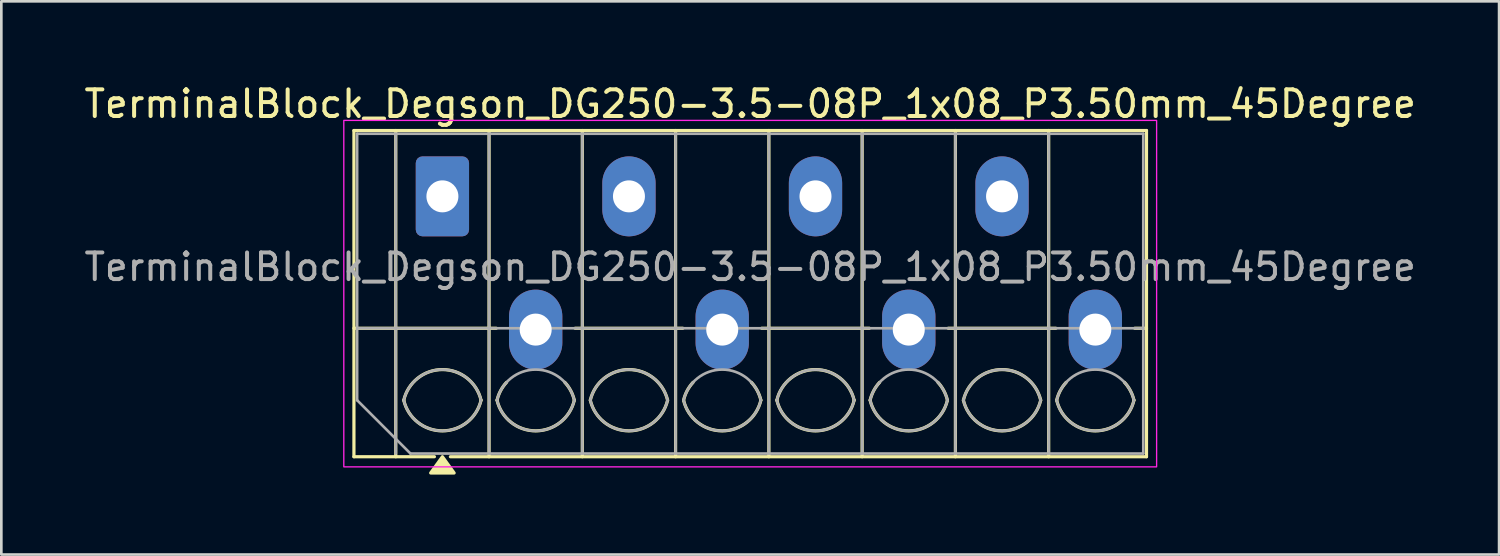
<source format=kicad_pcb>
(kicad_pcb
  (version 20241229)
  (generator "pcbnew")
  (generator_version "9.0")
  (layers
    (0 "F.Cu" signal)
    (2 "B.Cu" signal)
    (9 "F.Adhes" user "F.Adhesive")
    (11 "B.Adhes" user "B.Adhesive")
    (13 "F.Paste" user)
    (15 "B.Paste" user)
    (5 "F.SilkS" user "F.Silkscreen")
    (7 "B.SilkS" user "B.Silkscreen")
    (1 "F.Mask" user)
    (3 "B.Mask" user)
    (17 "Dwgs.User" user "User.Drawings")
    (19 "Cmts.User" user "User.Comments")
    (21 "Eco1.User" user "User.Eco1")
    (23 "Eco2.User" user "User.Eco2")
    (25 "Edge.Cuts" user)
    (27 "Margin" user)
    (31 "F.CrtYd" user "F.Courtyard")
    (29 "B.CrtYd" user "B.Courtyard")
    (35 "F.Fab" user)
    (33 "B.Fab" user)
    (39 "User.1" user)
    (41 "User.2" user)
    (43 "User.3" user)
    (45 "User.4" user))
  (footprint "TerminalBlock_Degson_DG250-3.5-08P_1x08_P3.50mm_45Degree"
    (layer "F.Cu")
    (at 13.551 4.318)
    (property "Reference" "TerminalBlock_Degson_DG250-3.5-08P_1x08_P3.50mm_45Degree" (at 11.55 -3.47 0) (layer "F.SilkS") (effects (font (size 1 1) (thickness 0.15))))
    (attr through_hole)
    (fp_line (start -3.32 -2.47) (end 26.42 -2.47) (stroke (width 0.12) (type solid)) (layer "F.SilkS"))
    (fp_line (start -3.32 4.95) (end 2.02 4.95) (stroke (width 0.12) (type solid)) (layer "F.SilkS"))
    (fp_line (start -3.32 9.77) (end -3.32 -2.47) (stroke (width 0.12) (type solid)) (layer "F.SilkS"))
    (fp_line (start -1.75 -2.47) (end -1.75 9.77) (stroke (width 0.12) (type solid)) (layer "F.SilkS"))
    (fp_line (start -0.3 9.77) (end -3.32 9.77) (stroke (width 0.12) (type solid)) (layer "F.SilkS"))
    (fp_line (start 1.75 -2.47) (end 1.75 9.77) (stroke (width 0.12) (type solid)) (layer "F.SilkS"))
    (fp_line (start 4.98 4.95) (end 9.02 4.95) (stroke (width 0.12) (type solid)) (layer "F.SilkS"))
    (fp_line (start 5.25 -2.47) (end 5.25 9.77) (stroke (width 0.12) (type solid)) (layer "F.SilkS"))
    (fp_line (start 8.75 -2.47) (end 8.75 9.77) (stroke (width 0.12) (type solid)) (layer "F.SilkS"))
    (fp_line (start 11.98 4.95) (end 16.02 4.95) (stroke (width 0.12) (type solid)) (layer "F.SilkS"))
    (fp_line (start 12.25 -2.47) (end 12.25 9.77) (stroke (width 0.12) (type solid)) (layer "F.SilkS"))
    (fp_line (start 15.75 -2.47) (end 15.75 9.77) (stroke (width 0.12) (type solid)) (layer "F.SilkS"))
    (fp_line (start 18.98 4.95) (end 23.02 4.95) (stroke (width 0.12) (type solid)) (layer "F.SilkS"))
    (fp_line (start 19.25 -2.47) (end 19.25 9.77) (stroke (width 0.12) (type solid)) (layer "F.SilkS"))
    (fp_line (start 22.75 -2.47) (end 22.75 9.77) (stroke (width 0.12) (type solid)) (layer "F.SilkS"))
    (fp_line (start 25.98 4.95) (end 26.42 4.95) (stroke (width 0.12) (type solid)) (layer "F.SilkS"))
    (fp_line (start 26.42 -2.47) (end 26.42 9.77) (stroke (width 0.12) (type solid)) (layer "F.SilkS"))
    (fp_line (start 26.42 9.77) (end 0.3 9.77) (stroke (width 0.12) (type solid)) (layer "F.SilkS"))
    (fp_arc (start -1.45 7.65) (mid 0 6.5) (end 1.45 7.65) (stroke (width 0.12) (type solid)) (layer "F.SilkS"))
    (fp_arc (start 1.45 7.65) (mid 0 8.8) (end -1.45 7.65) (stroke (width 0.12) (type solid)) (layer "F.SilkS"))
    (fp_arc (start 2.05 7.65) (mid 2.18402 7.291962) (end 2.405 6.98) (stroke (width 0.12) (type solid)) (layer "F.SilkS"))
    (fp_arc (start 4.595 6.98) (mid 4.81598 7.291962) (end 4.95 7.65) (stroke (width 0.12) (type solid)) (layer "F.SilkS"))
    (fp_arc (start 4.95 7.65) (mid 3.5 8.8) (end 2.05 7.65) (stroke (width 0.12) (type solid)) (layer "F.SilkS"))
    (fp_arc (start 5.55 7.65) (mid 7 6.5) (end 8.45 7.65) (stroke (width 0.12) (type solid)) (layer "F.SilkS"))
    (fp_arc (start 8.45 7.65) (mid 7 8.8) (end 5.55 7.65) (stroke (width 0.12) (type solid)) (layer "F.SilkS"))
    (fp_arc (start 9.05 7.65) (mid 9.18402 7.291962) (end 9.405 6.98) (stroke (width 0.12) (type solid)) (layer "F.SilkS"))
    (fp_arc (start 11.595 6.98) (mid 11.81598 7.291962) (end 11.95 7.65) (stroke (width 0.12) (type solid)) (layer "F.SilkS"))
    (fp_arc (start 11.95 7.65) (mid 10.5 8.8) (end 9.05 7.65) (stroke (width 0.12) (type solid)) (layer "F.SilkS"))
    (fp_arc (start 12.55 7.65) (mid 14 6.5) (end 15.45 7.65) (stroke (width 0.12) (type solid)) (layer "F.SilkS"))
    (fp_arc (start 15.45 7.65) (mid 14 8.8) (end 12.55 7.65) (stroke (width 0.12) (type solid)) (layer "F.SilkS"))
    (fp_arc (start 16.05 7.65) (mid 16.18402 7.291962) (end 16.405 6.98) (stroke (width 0.12) (type solid)) (layer "F.SilkS"))
    (fp_arc (start 18.595 6.98) (mid 18.81598 7.291962) (end 18.95 7.65) (stroke (width 0.12) (type solid)) (layer "F.SilkS"))
    (fp_arc (start 18.95 7.65) (mid 17.5 8.8) (end 16.05 7.65) (stroke (width 0.12) (type solid)) (layer "F.SilkS"))
    (fp_arc (start 19.55 7.65) (mid 21 6.5) (end 22.45 7.65) (stroke (width 0.12) (type solid)) (layer "F.SilkS"))
    (fp_arc (start 22.45 7.65) (mid 21 8.8) (end 19.55 7.65) (stroke (width 0.12) (type solid)) (layer "F.SilkS"))
    (fp_arc (start 23.05 7.65) (mid 23.18402 7.291962) (end 23.405 6.98) (stroke (width 0.12) (type solid)) (layer "F.SilkS"))
    (fp_arc (start 25.595 6.98) (mid 25.81598 7.291962) (end 25.95 7.65) (stroke (width 0.12) (type solid)) (layer "F.SilkS"))
    (fp_arc (start 25.95 7.65) (mid 24.5 8.8) (end 23.05 7.65) (stroke (width 0.12) (type solid)) (layer "F.SilkS"))
    (fp_poly (pts (xy 0 9.77) (xy 0.44 10.38) (xy -0.44 10.38)) (stroke (width 0.12) (type solid)) (fill yes) (layer "F.SilkS"))
    (fp_rect (start -3.7 -2.85) (end 26.8 10.15) (stroke (width 0.05) (type solid)) (fill no) (layer "F.CrtYd"))
    (fp_line (start -3.2 -2.35) (end 26.3 -2.35) (stroke (width 0.1) (type solid)) (layer "F.Fab"))
    (fp_line (start -3.2 4.95) (end 26.3 4.95) (stroke (width 0.1) (type solid)) (layer "F.Fab"))
    (fp_line (start -3.2 7.65) (end -3.2 -2.35) (stroke (width 0.1) (type solid)) (layer "F.Fab"))
    (fp_line (start -1.75 -2.35) (end -1.75 9.65) (stroke (width 0.1) (type solid)) (layer "F.Fab"))
    (fp_line (start -1.2 9.65) (end -3.2 7.65) (stroke (width 0.1) (type solid)) (layer "F.Fab"))
    (fp_line (start 1.75 -2.35) (end 1.75 9.65) (stroke (width 0.1) (type solid)) (layer "F.Fab"))
    (fp_line (start 5.25 -2.35) (end 5.25 9.65) (stroke (width 0.1) (type solid)) (layer "F.Fab"))
    (fp_line (start 8.75 -2.35) (end 8.75 9.65) (stroke (width 0.1) (type solid)) (layer "F.Fab"))
    (fp_line (start 12.25 -2.35) (end 12.25 9.65) (stroke (width 0.1) (type solid)) (layer "F.Fab"))
    (fp_line (start 15.75 -2.35) (end 15.75 9.65) (stroke (width 0.1) (type solid)) (layer "F.Fab"))
    (fp_line (start 19.25 -2.35) (end 19.25 9.65) (stroke (width 0.1) (type solid)) (layer "F.Fab"))
    (fp_line (start 22.75 -2.35) (end 22.75 9.65) (stroke (width 0.1) (type solid)) (layer "F.Fab"))
    (fp_line (start 26.3 -2.35) (end 26.3 9.65) (stroke (width 0.1) (type solid)) (layer "F.Fab"))
    (fp_line (start 26.3 9.65) (end -1.2 9.65) (stroke (width 0.1) (type solid)) (layer "F.Fab"))
    (fp_arc (start -1.45 7.65) (mid 0 6.5) (end 1.45 7.65) (stroke (width 0.1) (type solid)) (layer "F.Fab"))
    (fp_arc (start 1.45 7.65) (mid 0 8.8) (end -1.45 7.65) (stroke (width 0.1) (type solid)) (layer "F.Fab"))
    (fp_arc (start 2.05 7.65) (mid 3.5 6.5) (end 4.95 7.65) (stroke (width 0.1) (type solid)) (layer "F.Fab"))
    (fp_arc (start 4.95 7.65) (mid 3.5 8.8) (end 2.05 7.65) (stroke (width 0.1) (type solid)) (layer "F.Fab"))
    (fp_arc (start 5.55 7.65) (mid 7 6.5) (end 8.45 7.65) (stroke (width 0.1) (type solid)) (layer "F.Fab"))
    (fp_arc (start 8.45 7.65) (mid 7 8.8) (end 5.55 7.65) (stroke (width 0.1) (type solid)) (layer "F.Fab"))
    (fp_arc (start 9.05 7.65) (mid 10.5 6.5) (end 11.95 7.65) (stroke (width 0.1) (type solid)) (layer "F.Fab"))
    (fp_arc (start 11.95 7.65) (mid 10.5 8.8) (end 9.05 7.65) (stroke (width 0.1) (type solid)) (layer "F.Fab"))
    (fp_arc (start 12.55 7.65) (mid 14 6.5) (end 15.45 7.65) (stroke (width 0.1) (type solid)) (layer "F.Fab"))
    (fp_arc (start 15.45 7.65) (mid 14 8.8) (end 12.55 7.65) (stroke (width 0.1) (type solid)) (layer "F.Fab"))
    (fp_arc (start 16.05 7.65) (mid 17.5 6.5) (end 18.95 7.65) (stroke (width 0.1) (type solid)) (layer "F.Fab"))
    (fp_arc (start 18.95 7.65) (mid 17.5 8.8) (end 16.05 7.65) (stroke (width 0.1) (type solid)) (layer "F.Fab"))
    (fp_arc (start 19.55 7.65) (mid 21 6.5) (end 22.45 7.65) (stroke (width 0.1) (type solid)) (layer "F.Fab"))
    (fp_arc (start 22.45 7.65) (mid 21 8.8) (end 19.55 7.65) (stroke (width 0.1) (type solid)) (layer "F.Fab"))
    (fp_arc (start 23.05 7.65) (mid 24.5 6.5) (end 25.95 7.65) (stroke (width 0.1) (type solid)) (layer "F.Fab"))
    (fp_arc (start 25.95 7.65) (mid 24.5 8.8) (end 23.05 7.65) (stroke (width 0.1) (type solid)) (layer "F.Fab"))
    (fp_text user "${REFERENCE}" (at 11.55 2.65 0) (layer "F.Fab") (effects (font (size 1 1) (thickness 0.15))))
    (pad "1" thru_hole roundrect (at 0 0) (size 2 3) (drill 1.2) (layers "*.Cu" "*.Mask") (roundrect_rratio 0.125))
    (pad "2" thru_hole oval (at 3.5 5) (size 2 3) (drill 1.2) (layers "*.Cu" "*.Mask"))
    (pad "3" thru_hole oval (at 7 0) (size 2 3) (drill 1.2) (layers "*.Cu" "*.Mask"))
    (pad "4" thru_hole oval (at 10.5 5) (size 2 3) (drill 1.2) (layers "*.Cu" "*.Mask"))
    (pad "5" thru_hole oval (at 14 0) (size 2 3) (drill 1.2) (layers "*.Cu" "*.Mask"))
    (pad "6" thru_hole oval (at 17.5 5) (size 2 3) (drill 1.2) (layers "*.Cu" "*.Mask"))
    (pad "7" thru_hole oval (at 21 0) (size 2 3) (drill 1.2) (layers "*.Cu" "*.Mask"))
    (pad "8" thru_hole oval (at 24.5 5) (size 2 3) (drill 1.2) (layers "*.Cu" "*.Mask")))
  (gr_rect
    (start -3 -3)
    (end 53.202 17.758)
    (stroke (width 0.1) (type default))
    (fill no)
    (layer "Edge.Cuts")))
</source>
